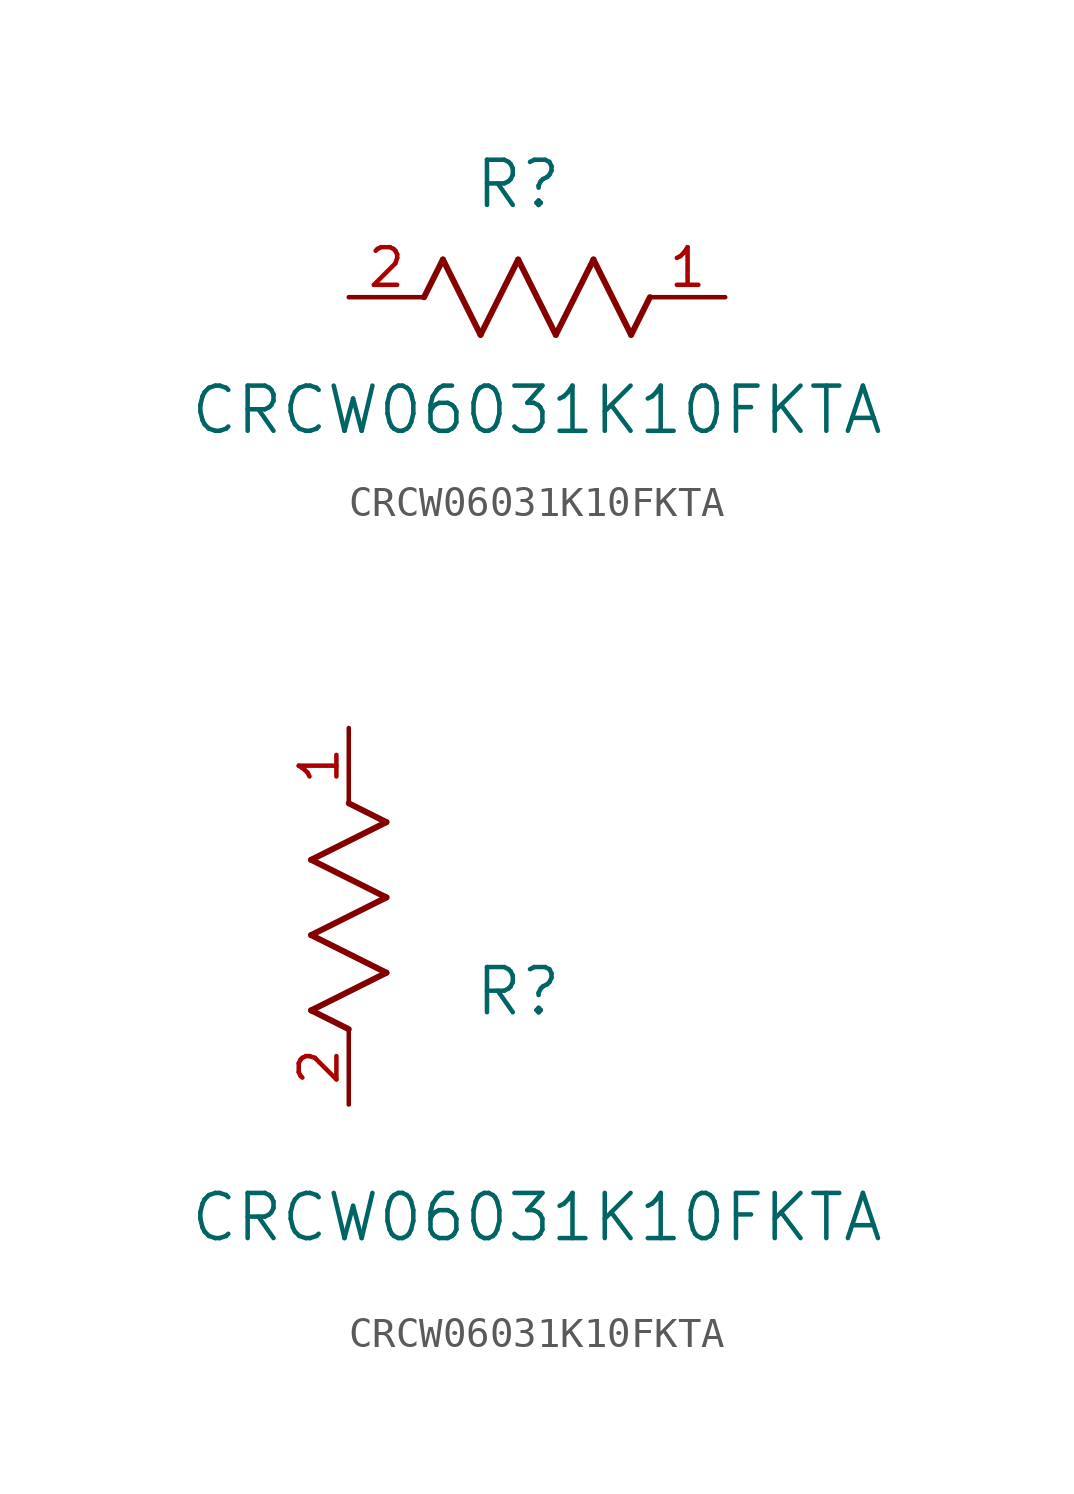
<source format=kicad_sym>
(kicad_symbol_lib
  (version 20211014)
  (generator kicad_symbol_editor)
  (symbol "CRCW06031K10FKTA"
    (pin_names
      (offset 0.254))
    (property "Reference" "R"
      (at 5.715 3.81 0)
      (effects (font (size 1.524 1.524))))
    (property "Value" "CRCW06031K10FKTA"
      (at 6.35 -3.81 0)
      (effects (font (size 1.524 1.524))))
    (symbol "CRCW06031K10FKTA_1_1"
      (polyline (pts (xy 3.175 1.27) (xy 4.445 -1.27)) (stroke (width 0.203) (type default) (color 0 0 0 0)) (fill (type none)))
      (polyline (pts (xy 4.445 -1.27) (xy 5.715 1.27)) (stroke (width 0.203) (type default) (color 0 0 0 0)) (fill (type none)))
      (polyline (pts (xy 5.715 1.27) (xy 6.985 -1.27)) (stroke (width 0.203) (type default) (color 0 0 0 0)) (fill (type none)))
      (polyline (pts (xy 6.985 -1.27) (xy 8.255 1.27)) (stroke (width 0.203) (type default) (color 0 0 0 0)) (fill (type none)))
      (polyline (pts (xy 8.255 1.27) (xy 9.525 -1.27)) (stroke (width 0.203) (type default) (color 0 0 0 0)) (fill (type none)))
      (polyline (pts (xy 2.54 0) (xy 3.175 1.27)) (stroke (width 0.203) (type default) (color 0 0 0 0)) (fill (type none)))
      (polyline (pts (xy 9.525 -1.27) (xy 10.16 0)) (stroke (width 0.203) (type default) (color 0 0 0 0)) (fill (type none)))
      (pin unspecified line (at 12.7 0 180) (length 2.54) (name "" (effects (font (size 1.27 1.27)))) (number "1" (effects (font (size 1.27 1.27)))))
      (pin unspecified line (at 0 0 0) (length 2.54) (name "" (effects (font (size 1.27 1.27)))) (number "2" (effects (font (size 1.27 1.27))))))
    (symbol "CRCW06031K10FKTA_1_2"
      (polyline (pts (xy 0 2.54) (xy -1.27 3.175)) (stroke (width 0.203) (type default) (color 0 0 0 0)) (fill (type none)))
      (polyline (pts (xy -1.27 3.175) (xy 1.27 4.445)) (stroke (width 0.203) (type default) (color 0 0 0 0)) (fill (type none)))
      (polyline (pts (xy 1.27 4.445) (xy -1.27 5.715)) (stroke (width 0.203) (type default) (color 0 0 0 0)) (fill (type none)))
      (polyline (pts (xy -1.27 5.715) (xy 1.27 6.985)) (stroke (width 0.203) (type default) (color 0 0 0 0)) (fill (type none)))
      (polyline (pts (xy -1.27 8.255) (xy 1.27 9.525)) (stroke (width 0.203) (type default) (color 0 0 0 0)) (fill (type none)))
      (polyline (pts (xy 1.27 9.525) (xy 0 10.16)) (stroke (width 0.203) (type default) (color 0 0 0 0)) (fill (type none)))
      (polyline (pts (xy 1.27 6.985) (xy -1.27 8.255)) (stroke (width 0.203) (type default) (color 0 0 0 0)) (fill (type none)))
      (pin unspecified line (at 0 12.7 270) (length 2.54) (name "" (effects (font (size 1.27 1.27)))) (number "1" (effects (font (size 1.27 1.27)))))
      (pin unspecified line (at 0 0 90) (length 2.54) (name "" (effects (font (size 1.27 1.27)))) (number "2" (effects (font (size 1.27 1.27))))))))
</source>
